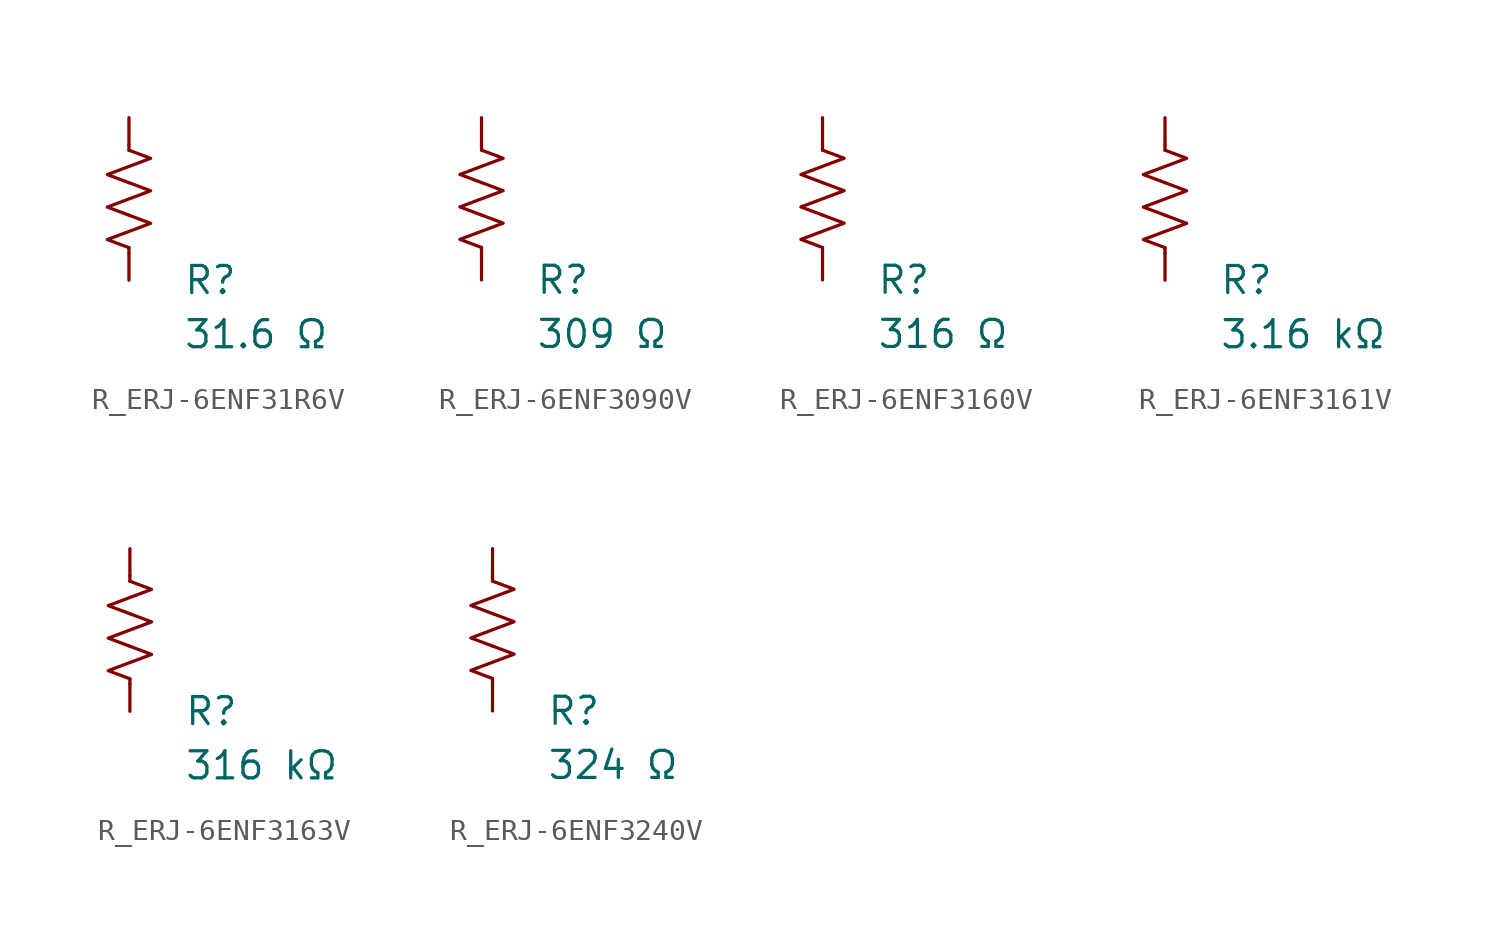
<source format=kicad_sym>
(kicad_symbol_lib
  (version 20231120)
  (generator "kicad_symbol_editor")
  (generator_version "8.0")
  (symbol "R_ERJ-6ENF31R6V"
    (pin_numbers hide)
    (pin_names
      (offset 0))
    (property "Reference" "R"
      (at 2.54 -3.81 0)
      (effects (font (size 1.27 1.27)) (justify left))
      (show_name no))
    (property "Value" "31.6 Ω"
      (at 2.54 -6.35 0)
      (effects (font (size 1.27 1.27)) (justify left))
      (show_name no))
    (symbol "R_ERJ-6ENF31R6V_0_1"
      (polyline (pts (xy 0 -2.286) (xy 0 -2.54)) (stroke (width 0) (type default)) (fill (type none)))
      (polyline (pts (xy 0 2.286) (xy 0 2.54)) (stroke (width 0) (type default)) (fill (type none)))
      (polyline (pts (xy 0 -0.762) (xy 1.016 -1.143) (xy 0 -1.524) (xy -1.016 -1.905) (xy 0 -2.286)) (stroke (width 0) (type default)) (fill (type none)))
      (polyline (pts (xy 0 0.762) (xy 1.016 0.381) (xy 0 0) (xy -1.016 -0.381) (xy 0 -0.762)) (stroke (width 0) (type default)) (fill (type none)))
      (polyline (pts (xy 0 2.286) (xy 1.016 1.905) (xy 0 1.524) (xy -1.016 1.143) (xy 0 0.762)) (stroke (width 0) (type default)) (fill (type none))))
    (symbol "R_ERJ-6ENF31R6V_1_1"
      (pin passive line (at 0 3.81 270) (length 1.27) (name "~" (effects (font (size 1.27 1.27)))) (number "1" (effects (font (size 1.27 1.27)))))
      (pin passive line (at 0 -3.81 90) (length 1.27) (name "~" (effects (font (size 1.27 1.27)))) (number "2" (effects (font (size 1.27 1.27)))))))
  (symbol "R_ERJ-6ENF3090V"
    (pin_numbers hide)
    (pin_names
      (offset 0))
    (property "Reference" "R"
      (at 2.54 -3.81 0)
      (effects (font (size 1.27 1.27)) (justify left))
      (show_name no))
    (property "Value" "309 Ω"
      (at 2.54 -6.35 0)
      (effects (font (size 1.27 1.27)) (justify left))
      (show_name no))
    (symbol "R_ERJ-6ENF3090V_0_1"
      (polyline (pts (xy 0 -2.286) (xy 0 -2.54)) (stroke (width 0) (type default)) (fill (type none)))
      (polyline (pts (xy 0 2.286) (xy 0 2.54)) (stroke (width 0) (type default)) (fill (type none)))
      (polyline (pts (xy 0 -0.762) (xy 1.016 -1.143) (xy 0 -1.524) (xy -1.016 -1.905) (xy 0 -2.286)) (stroke (width 0) (type default)) (fill (type none)))
      (polyline (pts (xy 0 0.762) (xy 1.016 0.381) (xy 0 0) (xy -1.016 -0.381) (xy 0 -0.762)) (stroke (width 0) (type default)) (fill (type none)))
      (polyline (pts (xy 0 2.286) (xy 1.016 1.905) (xy 0 1.524) (xy -1.016 1.143) (xy 0 0.762)) (stroke (width 0) (type default)) (fill (type none))))
    (symbol "R_ERJ-6ENF3090V_1_1"
      (pin passive line (at 0 3.81 270) (length 1.27) (name "~" (effects (font (size 1.27 1.27)))) (number "1" (effects (font (size 1.27 1.27)))))
      (pin passive line (at 0 -3.81 90) (length 1.27) (name "~" (effects (font (size 1.27 1.27)))) (number "2" (effects (font (size 1.27 1.27)))))))
  (symbol "R_ERJ-6ENF3160V"
    (pin_numbers hide)
    (pin_names
      (offset 0))
    (property "Reference" "R"
      (at 2.54 -3.81 0)
      (effects (font (size 1.27 1.27)) (justify left))
      (show_name no))
    (property "Value" "316 Ω"
      (at 2.54 -6.35 0)
      (effects (font (size 1.27 1.27)) (justify left))
      (show_name no))
    (symbol "R_ERJ-6ENF3160V_0_1"
      (polyline (pts (xy 0 -2.286) (xy 0 -2.54)) (stroke (width 0) (type default)) (fill (type none)))
      (polyline (pts (xy 0 2.286) (xy 0 2.54)) (stroke (width 0) (type default)) (fill (type none)))
      (polyline (pts (xy 0 -0.762) (xy 1.016 -1.143) (xy 0 -1.524) (xy -1.016 -1.905) (xy 0 -2.286)) (stroke (width 0) (type default)) (fill (type none)))
      (polyline (pts (xy 0 0.762) (xy 1.016 0.381) (xy 0 0) (xy -1.016 -0.381) (xy 0 -0.762)) (stroke (width 0) (type default)) (fill (type none)))
      (polyline (pts (xy 0 2.286) (xy 1.016 1.905) (xy 0 1.524) (xy -1.016 1.143) (xy 0 0.762)) (stroke (width 0) (type default)) (fill (type none))))
    (symbol "R_ERJ-6ENF3160V_1_1"
      (pin passive line (at 0 3.81 270) (length 1.27) (name "~" (effects (font (size 1.27 1.27)))) (number "1" (effects (font (size 1.27 1.27)))))
      (pin passive line (at 0 -3.81 90) (length 1.27) (name "~" (effects (font (size 1.27 1.27)))) (number "2" (effects (font (size 1.27 1.27)))))))
  (symbol "R_ERJ-6ENF3161V"
    (pin_numbers hide)
    (pin_names
      (offset 0))
    (property "Reference" "R"
      (at 2.54 -3.81 0)
      (effects (font (size 1.27 1.27)) (justify left))
      (show_name no))
    (property "Value" "3.16 kΩ"
      (at 2.54 -6.35 0)
      (effects (font (size 1.27 1.27)) (justify left))
      (show_name no))
    (symbol "R_ERJ-6ENF3161V_0_1"
      (polyline (pts (xy 0 -2.286) (xy 0 -2.54)) (stroke (width 0) (type default)) (fill (type none)))
      (polyline (pts (xy 0 2.286) (xy 0 2.54)) (stroke (width 0) (type default)) (fill (type none)))
      (polyline (pts (xy 0 -0.762) (xy 1.016 -1.143) (xy 0 -1.524) (xy -1.016 -1.905) (xy 0 -2.286)) (stroke (width 0) (type default)) (fill (type none)))
      (polyline (pts (xy 0 0.762) (xy 1.016 0.381) (xy 0 0) (xy -1.016 -0.381) (xy 0 -0.762)) (stroke (width 0) (type default)) (fill (type none)))
      (polyline (pts (xy 0 2.286) (xy 1.016 1.905) (xy 0 1.524) (xy -1.016 1.143) (xy 0 0.762)) (stroke (width 0) (type default)) (fill (type none))))
    (symbol "R_ERJ-6ENF3161V_1_1"
      (pin passive line (at 0 3.81 270) (length 1.27) (name "~" (effects (font (size 1.27 1.27)))) (number "1" (effects (font (size 1.27 1.27)))))
      (pin passive line (at 0 -3.81 90) (length 1.27) (name "~" (effects (font (size 1.27 1.27)))) (number "2" (effects (font (size 1.27 1.27)))))))
  (symbol "R_ERJ-6ENF3163V"
    (pin_numbers hide)
    (pin_names
      (offset 0))
    (property "Reference" "R"
      (at 2.54 -3.81 0)
      (effects (font (size 1.27 1.27)) (justify left))
      (show_name no))
    (property "Value" "316 kΩ"
      (at 2.54 -6.35 0)
      (effects (font (size 1.27 1.27)) (justify left))
      (show_name no))
    (symbol "R_ERJ-6ENF3163V_0_1"
      (polyline (pts (xy 0 -2.286) (xy 0 -2.54)) (stroke (width 0) (type default)) (fill (type none)))
      (polyline (pts (xy 0 2.286) (xy 0 2.54)) (stroke (width 0) (type default)) (fill (type none)))
      (polyline (pts (xy 0 -0.762) (xy 1.016 -1.143) (xy 0 -1.524) (xy -1.016 -1.905) (xy 0 -2.286)) (stroke (width 0) (type default)) (fill (type none)))
      (polyline (pts (xy 0 0.762) (xy 1.016 0.381) (xy 0 0) (xy -1.016 -0.381) (xy 0 -0.762)) (stroke (width 0) (type default)) (fill (type none)))
      (polyline (pts (xy 0 2.286) (xy 1.016 1.905) (xy 0 1.524) (xy -1.016 1.143) (xy 0 0.762)) (stroke (width 0) (type default)) (fill (type none))))
    (symbol "R_ERJ-6ENF3163V_1_1"
      (pin passive line (at 0 3.81 270) (length 1.27) (name "~" (effects (font (size 1.27 1.27)))) (number "1" (effects (font (size 1.27 1.27)))))
      (pin passive line (at 0 -3.81 90) (length 1.27) (name "~" (effects (font (size 1.27 1.27)))) (number "2" (effects (font (size 1.27 1.27)))))))
  (symbol "R_ERJ-6ENF3240V"
    (pin_numbers hide)
    (pin_names
      (offset 0))
    (property "Reference" "R"
      (at 2.54 -3.81 0)
      (effects (font (size 1.27 1.27)) (justify left))
      (show_name no))
    (property "Value" "324 Ω"
      (at 2.54 -6.35 0)
      (effects (font (size 1.27 1.27)) (justify left))
      (show_name no))
    (symbol "R_ERJ-6ENF3240V_0_1"
      (polyline (pts (xy 0 -2.286) (xy 0 -2.54)) (stroke (width 0) (type default)) (fill (type none)))
      (polyline (pts (xy 0 2.286) (xy 0 2.54)) (stroke (width 0) (type default)) (fill (type none)))
      (polyline (pts (xy 0 -0.762) (xy 1.016 -1.143) (xy 0 -1.524) (xy -1.016 -1.905) (xy 0 -2.286)) (stroke (width 0) (type default)) (fill (type none)))
      (polyline (pts (xy 0 0.762) (xy 1.016 0.381) (xy 0 0) (xy -1.016 -0.381) (xy 0 -0.762)) (stroke (width 0) (type default)) (fill (type none)))
      (polyline (pts (xy 0 2.286) (xy 1.016 1.905) (xy 0 1.524) (xy -1.016 1.143) (xy 0 0.762)) (stroke (width 0) (type default)) (fill (type none))))
    (symbol "R_ERJ-6ENF3240V_1_1"
      (pin passive line (at 0 3.81 270) (length 1.27) (name "~" (effects (font (size 1.27 1.27)))) (number "1" (effects (font (size 1.27 1.27)))))
      (pin passive line (at 0 -3.81 90) (length 1.27) (name "~" (effects (font (size 1.27 1.27)))) (number "2" (effects (font (size 1.27 1.27))))))))
</source>
